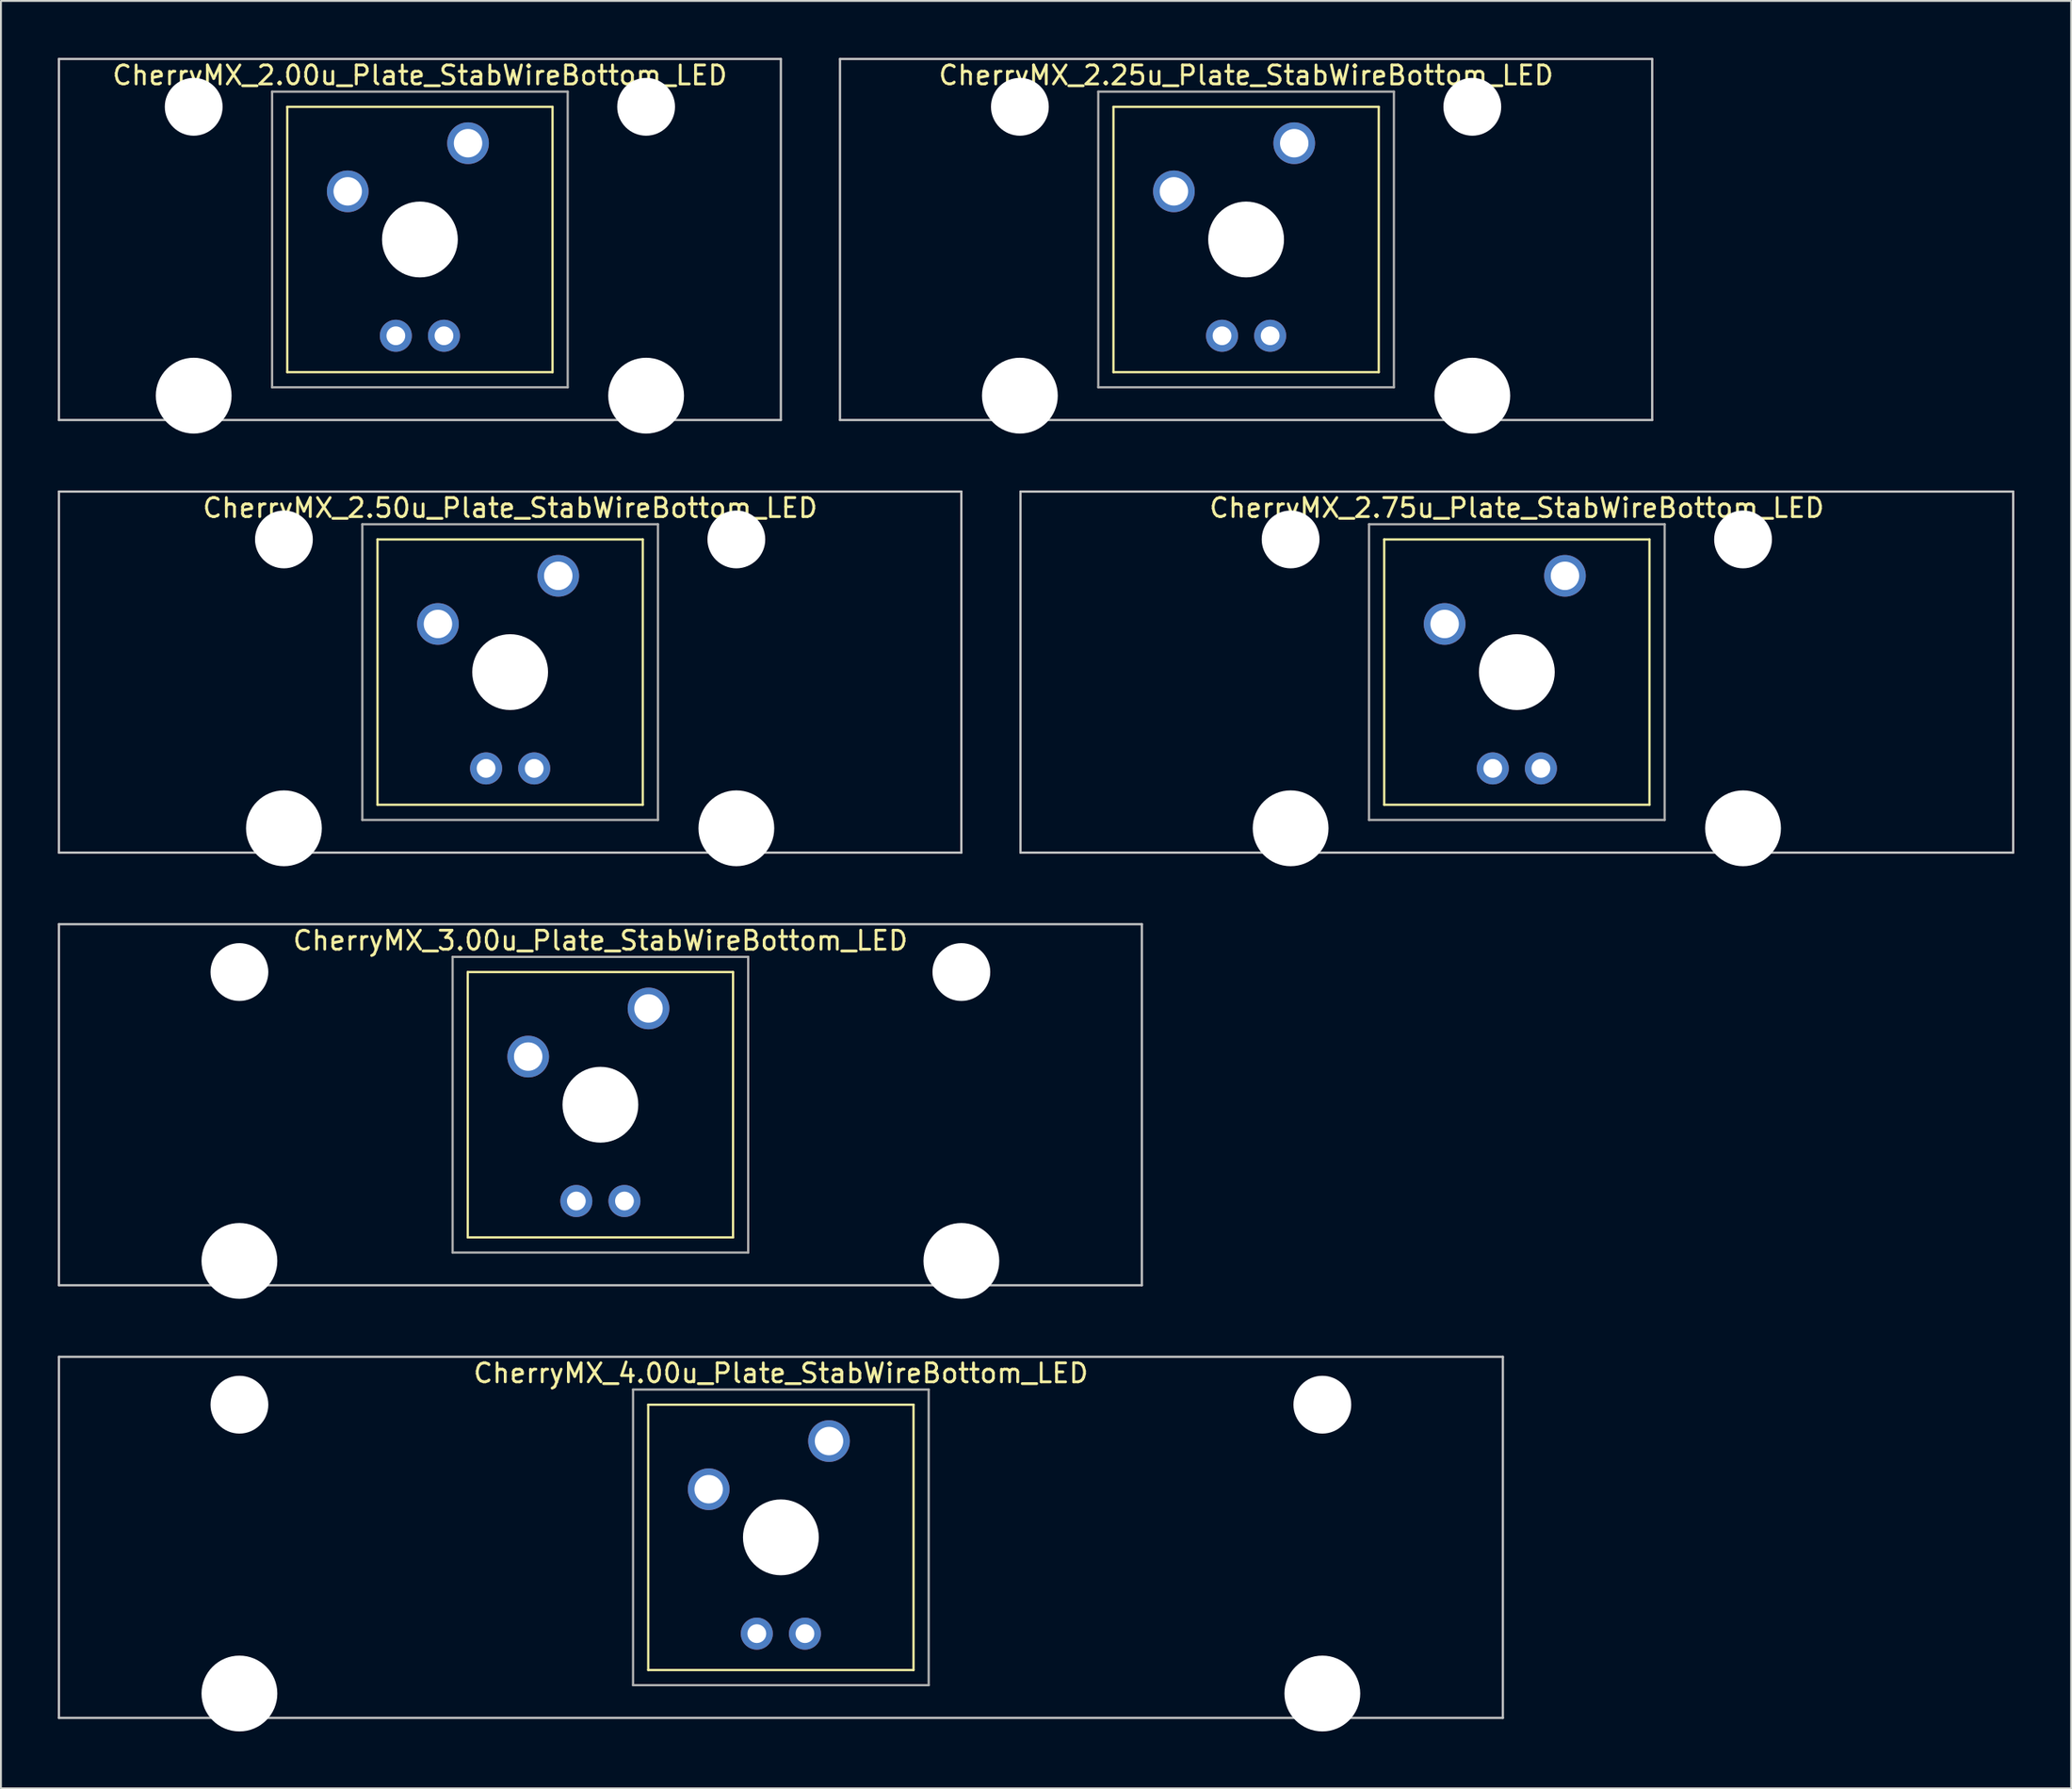
<source format=kicad_pcb>
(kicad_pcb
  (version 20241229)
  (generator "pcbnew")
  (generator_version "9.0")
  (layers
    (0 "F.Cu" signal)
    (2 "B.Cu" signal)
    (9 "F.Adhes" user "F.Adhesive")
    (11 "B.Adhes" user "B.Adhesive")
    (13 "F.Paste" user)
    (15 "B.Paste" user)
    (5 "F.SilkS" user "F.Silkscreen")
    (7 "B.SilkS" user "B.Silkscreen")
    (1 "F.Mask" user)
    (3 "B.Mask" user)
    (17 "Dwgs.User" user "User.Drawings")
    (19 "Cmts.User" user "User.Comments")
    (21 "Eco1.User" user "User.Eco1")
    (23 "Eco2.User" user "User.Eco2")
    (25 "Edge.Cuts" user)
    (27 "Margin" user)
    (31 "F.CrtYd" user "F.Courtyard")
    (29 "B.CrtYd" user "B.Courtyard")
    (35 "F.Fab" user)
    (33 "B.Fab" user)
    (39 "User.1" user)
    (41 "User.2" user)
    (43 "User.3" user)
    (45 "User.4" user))
  (footprint "CherryMX_3.00u_Plate_StabWireBottom_LED"
    (layer "F.Cu")
    (at 28.635 55.235)
    (property "Reference" "CherryMX_3.00u_Plate_StabWireBottom_LED" (at 0 -8.662 0) (layer "F.SilkS") (effects (font (size 1 1) (thickness 0.15))))
    (attr through_hole)
    (fp_line (start -7 -7) (end -7 7) (stroke (width 0.12) (type solid)) (layer "F.SilkS"))
    (fp_line (start -7 -7) (end 7 -7) (stroke (width 0.12) (type solid)) (layer "F.SilkS"))
    (fp_line (start 7 -7) (end 7 7) (stroke (width 0.12) (type solid)) (layer "F.SilkS"))
    (fp_line (start 7 7) (end -7 7) (stroke (width 0.12) (type solid)) (layer "F.SilkS"))
    (fp_line (start -28.575 -9.525) (end 28.575 -9.525) (stroke (width 0.12) (type solid)) (layer "Dwgs.User"))
    (fp_line (start -28.575 9.525) (end -28.575 -9.525) (stroke (width 0.12) (type solid)) (layer "Dwgs.User"))
    (fp_line (start 28.575 -9.525) (end 28.575 9.525) (stroke (width 0.12) (type solid)) (layer "Dwgs.User"))
    (fp_line (start 28.575 9.525) (end -28.575 9.525) (stroke (width 0.12) (type solid)) (layer "Dwgs.User"))
    (fp_line (start -7.8 -7.8) (end -7.8 7.8) (stroke (width 0.12) (type solid)) (layer "F.Fab"))
    (fp_line (start -7.8 -7.8) (end 7.8 -7.8) (stroke (width 0.12) (type solid)) (layer "F.Fab"))
    (fp_line (start -7.8 7.8) (end 7.8 7.8) (stroke (width 0.12) (type solid)) (layer "F.Fab"))
    (fp_line (start 7.8 -7.8) (end 7.8 7.8) (stroke (width 0.12) (type solid)) (layer "F.Fab"))
    (pad "" np_thru_hole circle (at -19.05 -7) (size 3.05 3.05) (drill 3.05) (layers "*.Cu" "*.Mask"))
    (pad "" np_thru_hole circle (at -19.05 8.24) (size 4 4) (drill 4) (layers "*.Cu" "*.Mask"))
    (pad "" np_thru_hole circle (at 0 0) (size 4 4) (drill 4) (layers "*.Cu" "*.Mask"))
    (pad "" np_thru_hole circle (at 19.05 -7) (size 3.05 3.05) (drill 3.05) (layers "*.Cu" "*.Mask"))
    (pad "" np_thru_hole circle (at 19.05 8.24) (size 4 4) (drill 4) (layers "*.Cu" "*.Mask"))
    (pad "1" thru_hole circle (at -3.81 -2.54) (size 2.2 2.2) (drill 1.5) (layers "*.Cu" "*.Mask"))
    (pad "2" thru_hole circle (at 2.54 -5.08) (size 2.2 2.2) (drill 1.5) (layers "*.Cu" "*.Mask"))
    (pad "3" thru_hole circle (at -1.27 5.08) (size 1.691 1.691) (drill 0.991) (layers "*.Cu" "*.Mask"))
    (pad "4" thru_hole circle (at 1.27 5.08) (size 1.691 1.691) (drill 0.991) (layers "*.Cu" "*.Mask")))
  (footprint "CherryMX_2.00u_Plate_StabWireBottom_LED"
    (layer "F.Cu")
    (at 19.11 9.585)
    (property "Reference" "CherryMX_2.00u_Plate_StabWireBottom_LED" (at 0 -8.662 0) (layer "F.SilkS") (effects (font (size 1 1) (thickness 0.15))))
    (attr through_hole)
    (fp_line (start -7 -7) (end -7 7) (stroke (width 0.12) (type solid)) (layer "F.SilkS"))
    (fp_line (start -7 -7) (end 7 -7) (stroke (width 0.12) (type solid)) (layer "F.SilkS"))
    (fp_line (start 7 -7) (end 7 7) (stroke (width 0.12) (type solid)) (layer "F.SilkS"))
    (fp_line (start 7 7) (end -7 7) (stroke (width 0.12) (type solid)) (layer "F.SilkS"))
    (fp_line (start -19.05 -9.525) (end 19.05 -9.525) (stroke (width 0.12) (type solid)) (layer "Dwgs.User"))
    (fp_line (start -19.05 9.525) (end -19.05 -9.525) (stroke (width 0.12) (type solid)) (layer "Dwgs.User"))
    (fp_line (start 19.05 -9.525) (end 19.05 9.525) (stroke (width 0.12) (type solid)) (layer "Dwgs.User"))
    (fp_line (start 19.05 9.525) (end -19.05 9.525) (stroke (width 0.12) (type solid)) (layer "Dwgs.User"))
    (fp_line (start -7.8 -7.8) (end -7.8 7.8) (stroke (width 0.12) (type solid)) (layer "F.Fab"))
    (fp_line (start -7.8 -7.8) (end 7.8 -7.8) (stroke (width 0.12) (type solid)) (layer "F.Fab"))
    (fp_line (start -7.8 7.8) (end 7.8 7.8) (stroke (width 0.12) (type solid)) (layer "F.Fab"))
    (fp_line (start 7.8 -7.8) (end 7.8 7.8) (stroke (width 0.12) (type solid)) (layer "F.Fab"))
    (pad "" np_thru_hole circle (at -11.938 -7) (size 3.05 3.05) (drill 3.05) (layers "*.Cu" "*.Mask"))
    (pad "" np_thru_hole circle (at -11.938 8.24) (size 4 4) (drill 4) (layers "*.Cu" "*.Mask"))
    (pad "" np_thru_hole circle (at 0 0) (size 4 4) (drill 4) (layers "*.Cu" "*.Mask"))
    (pad "" np_thru_hole circle (at 11.938 -7) (size 3.05 3.05) (drill 3.05) (layers "*.Cu" "*.Mask"))
    (pad "" np_thru_hole circle (at 11.938 8.24) (size 4 4) (drill 4) (layers "*.Cu" "*.Mask"))
    (pad "1" thru_hole circle (at -3.81 -2.54) (size 2.2 2.2) (drill 1.5) (layers "*.Cu" "*.Mask"))
    (pad "2" thru_hole circle (at 2.54 -5.08) (size 2.2 2.2) (drill 1.5) (layers "*.Cu" "*.Mask"))
    (pad "3" thru_hole circle (at -1.27 5.08) (size 1.691 1.691) (drill 0.991) (layers "*.Cu" "*.Mask"))
    (pad "4" thru_hole circle (at 1.27 5.08) (size 1.691 1.691) (drill 0.991) (layers "*.Cu" "*.Mask")))
  (footprint "CherryMX_4.00u_Plate_StabWireBottom_LED"
    (layer "F.Cu")
    (at 38.16 78.06)
    (property "Reference" "CherryMX_4.00u_Plate_StabWireBottom_LED" (at 0 -8.662 0) (layer "F.SilkS") (effects (font (size 1 1) (thickness 0.15))))
    (attr through_hole)
    (fp_line (start -7 -7) (end -7 7) (stroke (width 0.12) (type solid)) (layer "F.SilkS"))
    (fp_line (start -7 -7) (end 7 -7) (stroke (width 0.12) (type solid)) (layer "F.SilkS"))
    (fp_line (start 7 -7) (end 7 7) (stroke (width 0.12) (type solid)) (layer "F.SilkS"))
    (fp_line (start 7 7) (end -7 7) (stroke (width 0.12) (type solid)) (layer "F.SilkS"))
    (fp_line (start -38.1 -9.525) (end 38.1 -9.525) (stroke (width 0.12) (type solid)) (layer "Dwgs.User"))
    (fp_line (start -38.1 9.525) (end -38.1 -9.525) (stroke (width 0.12) (type solid)) (layer "Dwgs.User"))
    (fp_line (start 38.1 -9.525) (end 38.1 9.525) (stroke (width 0.12) (type solid)) (layer "Dwgs.User"))
    (fp_line (start 38.1 9.525) (end -38.1 9.525) (stroke (width 0.12) (type solid)) (layer "Dwgs.User"))
    (fp_line (start -7.8 -7.8) (end -7.8 7.8) (stroke (width 0.12) (type solid)) (layer "F.Fab"))
    (fp_line (start -7.8 -7.8) (end 7.8 -7.8) (stroke (width 0.12) (type solid)) (layer "F.Fab"))
    (fp_line (start -7.8 7.8) (end 7.8 7.8) (stroke (width 0.12) (type solid)) (layer "F.Fab"))
    (fp_line (start 7.8 -7.8) (end 7.8 7.8) (stroke (width 0.12) (type solid)) (layer "F.Fab"))
    (pad "" np_thru_hole circle (at -28.575 -7) (size 3.05 3.05) (drill 3.05) (layers "*.Cu" "*.Mask"))
    (pad "" np_thru_hole circle (at -28.575 8.24) (size 4 4) (drill 4) (layers "*.Cu" "*.Mask"))
    (pad "" np_thru_hole circle (at 0 0) (size 4 4) (drill 4) (layers "*.Cu" "*.Mask"))
    (pad "" np_thru_hole circle (at 28.575 -7) (size 3.05 3.05) (drill 3.05) (layers "*.Cu" "*.Mask"))
    (pad "" np_thru_hole circle (at 28.575 8.24) (size 4 4) (drill 4) (layers "*.Cu" "*.Mask"))
    (pad "1" thru_hole circle (at -3.81 -2.54) (size 2.2 2.2) (drill 1.5) (layers "*.Cu" "*.Mask"))
    (pad "2" thru_hole circle (at 2.54 -5.08) (size 2.2 2.2) (drill 1.5) (layers "*.Cu" "*.Mask"))
    (pad "3" thru_hole circle (at -1.27 5.08) (size 1.691 1.691) (drill 0.991) (layers "*.Cu" "*.Mask"))
    (pad "4" thru_hole circle (at 1.27 5.08) (size 1.691 1.691) (drill 0.991) (layers "*.Cu" "*.Mask")))
  (footprint "CherryMX_2.75u_Plate_StabWireBottom_LED"
    (layer "F.Cu")
    (at 76.999 32.41)
    (property "Reference" "CherryMX_2.75u_Plate_StabWireBottom_LED" (at 0 -8.662 0) (layer "F.SilkS") (effects (font (size 1 1) (thickness 0.15))))
    (attr through_hole)
    (fp_line (start -7 -7) (end -7 7) (stroke (width 0.12) (type solid)) (layer "F.SilkS"))
    (fp_line (start -7 -7) (end 7 -7) (stroke (width 0.12) (type solid)) (layer "F.SilkS"))
    (fp_line (start 7 -7) (end 7 7) (stroke (width 0.12) (type solid)) (layer "F.SilkS"))
    (fp_line (start 7 7) (end -7 7) (stroke (width 0.12) (type solid)) (layer "F.SilkS"))
    (fp_line (start -26.194 -9.525) (end 26.194 -9.525) (stroke (width 0.12) (type solid)) (layer "Dwgs.User"))
    (fp_line (start -26.194 9.525) (end -26.194 -9.525) (stroke (width 0.12) (type solid)) (layer "Dwgs.User"))
    (fp_line (start 26.194 -9.525) (end 26.194 9.525) (stroke (width 0.12) (type solid)) (layer "Dwgs.User"))
    (fp_line (start 26.194 9.525) (end -26.194 9.525) (stroke (width 0.12) (type solid)) (layer "Dwgs.User"))
    (fp_line (start -7.8 -7.8) (end -7.8 7.8) (stroke (width 0.12) (type solid)) (layer "F.Fab"))
    (fp_line (start -7.8 -7.8) (end 7.8 -7.8) (stroke (width 0.12) (type solid)) (layer "F.Fab"))
    (fp_line (start -7.8 7.8) (end 7.8 7.8) (stroke (width 0.12) (type solid)) (layer "F.Fab"))
    (fp_line (start 7.8 -7.8) (end 7.8 7.8) (stroke (width 0.12) (type solid)) (layer "F.Fab"))
    (pad "" np_thru_hole circle (at -11.938 -7) (size 3.05 3.05) (drill 3.05) (layers "*.Cu" "*.Mask"))
    (pad "" np_thru_hole circle (at -11.938 8.24) (size 4 4) (drill 4) (layers "*.Cu" "*.Mask"))
    (pad "" np_thru_hole circle (at 0 0) (size 4 4) (drill 4) (layers "*.Cu" "*.Mask"))
    (pad "" np_thru_hole circle (at 11.938 -7) (size 3.05 3.05) (drill 3.05) (layers "*.Cu" "*.Mask"))
    (pad "" np_thru_hole circle (at 11.938 8.24) (size 4 4) (drill 4) (layers "*.Cu" "*.Mask"))
    (pad "1" thru_hole circle (at -3.81 -2.54) (size 2.2 2.2) (drill 1.5) (layers "*.Cu" "*.Mask"))
    (pad "2" thru_hole circle (at 2.54 -5.08) (size 2.2 2.2) (drill 1.5) (layers "*.Cu" "*.Mask"))
    (pad "3" thru_hole circle (at -1.27 5.08) (size 1.691 1.691) (drill 0.991) (layers "*.Cu" "*.Mask"))
    (pad "4" thru_hole circle (at 1.27 5.08) (size 1.691 1.691) (drill 0.991) (layers "*.Cu" "*.Mask")))
  (footprint "CherryMX_2.25u_Plate_StabWireBottom_LED"
    (layer "F.Cu")
    (at 62.711 9.585)
    (property "Reference" "CherryMX_2.25u_Plate_StabWireBottom_LED" (at 0 -8.662 0) (layer "F.SilkS") (effects (font (size 1 1) (thickness 0.15))))
    (attr through_hole)
    (fp_line (start -7 -7) (end -7 7) (stroke (width 0.12) (type solid)) (layer "F.SilkS"))
    (fp_line (start -7 -7) (end 7 -7) (stroke (width 0.12) (type solid)) (layer "F.SilkS"))
    (fp_line (start 7 -7) (end 7 7) (stroke (width 0.12) (type solid)) (layer "F.SilkS"))
    (fp_line (start 7 7) (end -7 7) (stroke (width 0.12) (type solid)) (layer "F.SilkS"))
    (fp_line (start -21.431 -9.525) (end 21.431 -9.525) (stroke (width 0.12) (type solid)) (layer "Dwgs.User"))
    (fp_line (start -21.431 9.525) (end -21.431 -9.525) (stroke (width 0.12) (type solid)) (layer "Dwgs.User"))
    (fp_line (start 21.431 -9.525) (end 21.431 9.525) (stroke (width 0.12) (type solid)) (layer "Dwgs.User"))
    (fp_line (start 21.431 9.525) (end -21.431 9.525) (stroke (width 0.12) (type solid)) (layer "Dwgs.User"))
    (fp_line (start -7.8 -7.8) (end -7.8 7.8) (stroke (width 0.12) (type solid)) (layer "F.Fab"))
    (fp_line (start -7.8 -7.8) (end 7.8 -7.8) (stroke (width 0.12) (type solid)) (layer "F.Fab"))
    (fp_line (start -7.8 7.8) (end 7.8 7.8) (stroke (width 0.12) (type solid)) (layer "F.Fab"))
    (fp_line (start 7.8 -7.8) (end 7.8 7.8) (stroke (width 0.12) (type solid)) (layer "F.Fab"))
    (pad "" np_thru_hole circle (at -11.938 -7) (size 3.05 3.05) (drill 3.05) (layers "*.Cu" "*.Mask"))
    (pad "" np_thru_hole circle (at -11.938 8.24) (size 4 4) (drill 4) (layers "*.Cu" "*.Mask"))
    (pad "" np_thru_hole circle (at 0 0) (size 4 4) (drill 4) (layers "*.Cu" "*.Mask"))
    (pad "" np_thru_hole circle (at 11.938 -7) (size 3.05 3.05) (drill 3.05) (layers "*.Cu" "*.Mask"))
    (pad "" np_thru_hole circle (at 11.938 8.24) (size 4 4) (drill 4) (layers "*.Cu" "*.Mask"))
    (pad "1" thru_hole circle (at -3.81 -2.54) (size 2.2 2.2) (drill 1.5) (layers "*.Cu" "*.Mask"))
    (pad "2" thru_hole circle (at 2.54 -5.08) (size 2.2 2.2) (drill 1.5) (layers "*.Cu" "*.Mask"))
    (pad "3" thru_hole circle (at -1.27 5.08) (size 1.691 1.691) (drill 0.991) (layers "*.Cu" "*.Mask"))
    (pad "4" thru_hole circle (at 1.27 5.08) (size 1.691 1.691) (drill 0.991) (layers "*.Cu" "*.Mask")))
  (footprint "CherryMX_2.50u_Plate_StabWireBottom_LED"
    (layer "F.Cu")
    (at 23.872 32.41)
    (property "Reference" "CherryMX_2.50u_Plate_StabWireBottom_LED" (at 0 -8.662 0) (layer "F.SilkS") (effects (font (size 1 1) (thickness 0.15))))
    (attr through_hole)
    (fp_line (start -7 -7) (end -7 7) (stroke (width 0.12) (type solid)) (layer "F.SilkS"))
    (fp_line (start -7 -7) (end 7 -7) (stroke (width 0.12) (type solid)) (layer "F.SilkS"))
    (fp_line (start 7 -7) (end 7 7) (stroke (width 0.12) (type solid)) (layer "F.SilkS"))
    (fp_line (start 7 7) (end -7 7) (stroke (width 0.12) (type solid)) (layer "F.SilkS"))
    (fp_line (start -23.812 -9.525) (end 23.812 -9.525) (stroke (width 0.12) (type solid)) (layer "Dwgs.User"))
    (fp_line (start -23.812 9.525) (end -23.812 -9.525) (stroke (width 0.12) (type solid)) (layer "Dwgs.User"))
    (fp_line (start 23.812 -9.525) (end 23.812 9.525) (stroke (width 0.12) (type solid)) (layer "Dwgs.User"))
    (fp_line (start 23.812 9.525) (end -23.812 9.525) (stroke (width 0.12) (type solid)) (layer "Dwgs.User"))
    (fp_line (start -7.8 -7.8) (end -7.8 7.8) (stroke (width 0.12) (type solid)) (layer "F.Fab"))
    (fp_line (start -7.8 -7.8) (end 7.8 -7.8) (stroke (width 0.12) (type solid)) (layer "F.Fab"))
    (fp_line (start -7.8 7.8) (end 7.8 7.8) (stroke (width 0.12) (type solid)) (layer "F.Fab"))
    (fp_line (start 7.8 -7.8) (end 7.8 7.8) (stroke (width 0.12) (type solid)) (layer "F.Fab"))
    (pad "" np_thru_hole circle (at -11.938 -7) (size 3.05 3.05) (drill 3.05) (layers "*.Cu" "*.Mask"))
    (pad "" np_thru_hole circle (at -11.938 8.24) (size 4 4) (drill 4) (layers "*.Cu" "*.Mask"))
    (pad "" np_thru_hole circle (at 0 0) (size 4 4) (drill 4) (layers "*.Cu" "*.Mask"))
    (pad "" np_thru_hole circle (at 11.938 -7) (size 3.05 3.05) (drill 3.05) (layers "*.Cu" "*.Mask"))
    (pad "" np_thru_hole circle (at 11.938 8.24) (size 4 4) (drill 4) (layers "*.Cu" "*.Mask"))
    (pad "1" thru_hole circle (at -3.81 -2.54) (size 2.2 2.2) (drill 1.5) (layers "*.Cu" "*.Mask"))
    (pad "2" thru_hole circle (at 2.54 -5.08) (size 2.2 2.2) (drill 1.5) (layers "*.Cu" "*.Mask"))
    (pad "3" thru_hole circle (at -1.27 5.08) (size 1.691 1.691) (drill 0.991) (layers "*.Cu" "*.Mask"))
    (pad "4" thru_hole circle (at 1.27 5.08) (size 1.691 1.691) (drill 0.991) (layers "*.Cu" "*.Mask")))
  (gr_rect
    (start -3 -3)
    (end 106.252 91.3)
    (stroke (width 0.1) (type default))
    (fill no)
    (layer "Edge.Cuts")))
</source>
